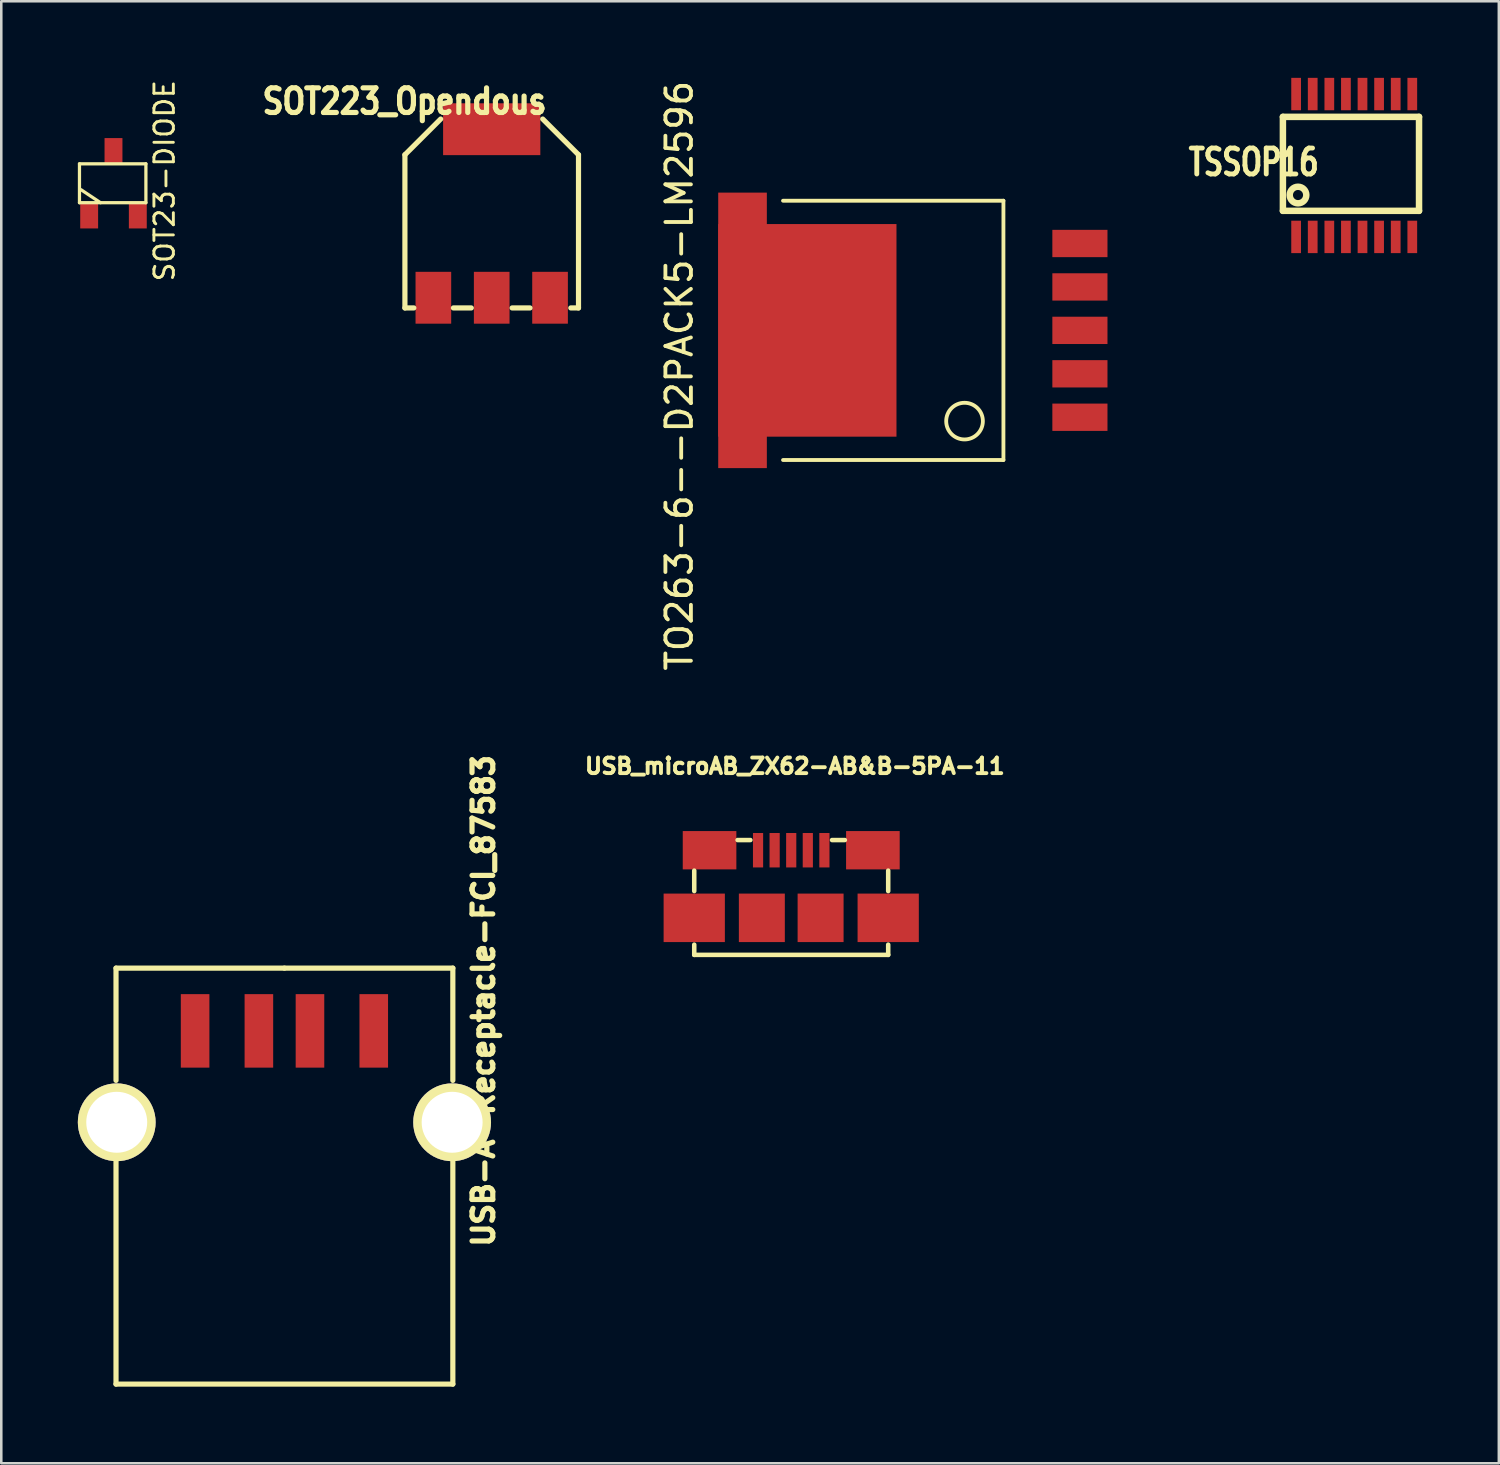
<source format=kicad_pcb>
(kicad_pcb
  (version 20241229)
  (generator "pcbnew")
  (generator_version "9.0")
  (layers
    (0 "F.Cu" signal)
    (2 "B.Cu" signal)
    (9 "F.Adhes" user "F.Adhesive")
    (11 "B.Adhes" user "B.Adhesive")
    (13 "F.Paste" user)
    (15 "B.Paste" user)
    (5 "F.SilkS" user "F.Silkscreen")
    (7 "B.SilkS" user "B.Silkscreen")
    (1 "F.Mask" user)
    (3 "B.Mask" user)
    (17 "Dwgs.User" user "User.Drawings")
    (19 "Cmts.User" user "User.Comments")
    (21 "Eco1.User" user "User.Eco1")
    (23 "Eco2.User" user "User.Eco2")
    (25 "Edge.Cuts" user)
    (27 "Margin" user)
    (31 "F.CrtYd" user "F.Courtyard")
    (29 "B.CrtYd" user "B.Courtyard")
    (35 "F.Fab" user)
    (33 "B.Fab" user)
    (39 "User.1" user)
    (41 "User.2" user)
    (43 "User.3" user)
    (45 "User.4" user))
  (footprint "SOT223_Opendous"
    (layer "F.Cu")
    (at 16.217 5.315)
    (property "Reference" "SOT223_Opendous" (at -3.416 -4.394 0) (layer "F.SilkS") (effects (font (size 0.965 0.813) (thickness 0.203))))
    (attr smd)
    (fp_line (start -3.401 -2.301) (end -3.401 3.701) (stroke (width 0.203) (type solid)) (layer "F.SilkS"))
    (fp_line (start -3.401 -2.301) (end -1.999 -3.701) (stroke (width 0.203) (type solid)) (layer "F.SilkS"))
    (fp_line (start -3.401 3.701) (end -3.051 3.701) (stroke (width 0.203) (type solid)) (layer "F.SilkS"))
    (fp_line (start -0.8 3.701) (end -1.501 3.701) (stroke (width 0.203) (type solid)) (layer "F.SilkS"))
    (fp_line (start 1.501 3.701) (end 0.8 3.701) (stroke (width 0.203) (type solid)) (layer "F.SilkS"))
    (fp_line (start 3.401 -2.301) (end 1.999 -3.701) (stroke (width 0.203) (type solid)) (layer "F.SilkS"))
    (fp_line (start 3.401 -2.301) (end 3.401 3.701) (stroke (width 0.203) (type solid)) (layer "F.SilkS"))
    (fp_line (start 3.401 3.701) (end 3.099 3.701) (stroke (width 0.203) (type solid)) (layer "F.SilkS"))
    (pad "1" smd rect (at -2.286 3.302) (size 1.397 2.032) (layers "F.Cu" "F.Mask" "F.Paste"))
    (pad "2" smd rect (at 0 3.302) (size 1.397 2.032) (layers "F.Cu" "F.Mask" "F.Paste"))
    (pad "3" smd rect (at 2.286 3.302) (size 1.397 2.032) (layers "F.Cu" "F.Mask" "F.Paste"))
    (pad "4" smd rect (at 0 -3.302) (size 3.81 2.032) (layers "F.Cu" "F.Mask" "F.Paste")))
  (footprint "USB_microAB_ZX62-AB&B-5PA-11"
    (layer "F.Cu")
    (at 27.953 30.265)
    (property "Reference" "USB_microAB_ZX62-AB&B-5PA-11" (at 0.14 -3.296 0) (layer "F.SilkS") (effects (font (size 0.61 0.61) (thickness 0.152))))
    (attr smd)
    (fp_line (start -3.8 1.6) (end -3.8 0.8) (stroke (width 0.178) (type solid)) (layer "F.SilkS"))
    (fp_line (start -3.8 4.1) (end -3.8 3.701) (stroke (width 0.178) (type solid)) (layer "F.SilkS"))
    (fp_line (start -3.8 4.1) (end 3.8 4.1) (stroke (width 0.178) (type solid)) (layer "F.SilkS"))
    (fp_line (start -2.101 -0.399) (end -1.6 -0.399) (stroke (width 0.178) (type solid)) (layer "F.SilkS"))
    (fp_line (start 2.101 -0.399) (end 1.6 -0.399) (stroke (width 0.178) (type solid)) (layer "F.SilkS"))
    (fp_line (start 3.8 1.6) (end 3.8 0.8) (stroke (width 0.178) (type solid)) (layer "F.SilkS"))
    (fp_line (start 3.8 4.1) (end 3.8 3.701) (stroke (width 0.178) (type solid)) (layer "F.SilkS"))
    (pad "1" smd rect (at -1.3 0) (size 0.399 1.349) (layers "F.Cu" "F.Mask" "F.Paste"))
    (pad "2" smd rect (at -0.65 0) (size 0.399 1.349) (layers "F.Cu" "F.Mask" "F.Paste"))
    (pad "3" smd rect (at 0 0) (size 0.399 1.349) (layers "F.Cu" "F.Mask" "F.Paste"))
    (pad "4" smd rect (at 0.65 0) (size 0.399 1.349) (layers "F.Cu" "F.Mask" "F.Paste"))
    (pad "5" smd rect (at 1.3 0) (size 0.399 1.349) (layers "F.Cu" "F.Mask" "F.Paste"))
    (pad "6" smd rect (at -3.2 0) (size 2.101 1.501) (layers "F.Cu" "F.Mask" "F.Paste"))
    (pad "6" smd rect (at 3.2 0) (size 2.101 1.501) (layers "F.Cu" "F.Mask" "F.Paste"))
    (pad "7" smd rect (at -3.8 2.649) (size 2.4 1.9) (layers "F.Cu" "F.Mask" "F.Paste"))
    (pad "7" smd rect (at 3.8 2.649) (size 2.4 1.9) (layers "F.Cu" "F.Mask" "F.Paste"))
    (pad "8" smd rect (at -1.151 2.649) (size 1.801 1.9) (layers "F.Cu" "F.Mask" "F.Paste"))
    (pad "9" smd rect (at 1.151 2.649) (size 1.801 1.9) (layers "F.Cu" "F.Mask" "F.Paste")))
  (footprint "USB-A-Receptacle-FCI_87583"
    (layer "F.Cu")
    (at 8.095 38.784)
    (property "Reference" "USB-A-Receptacle-FCI_87583" (at 7.798 -2.616 90) (layer "F.SilkS") (effects (font (size 0.813 0.813) (thickness 0.203))))
    (attr through_hole)
    (fp_line (start -6.599 -3.899) (end -6.599 0.5) (stroke (width 0.203) (type solid)) (layer "F.SilkS"))
    (fp_line (start -6.599 2.101) (end -6.599 12.4) (stroke (width 0.203) (type solid)) (layer "F.SilkS"))
    (fp_line (start 0 -3.899) (end -6.599 -3.899) (stroke (width 0.203) (type solid)) (layer "F.SilkS"))
    (fp_line (start 0 -3.899) (end 6.599 -3.899) (stroke (width 0.203) (type solid)) (layer "F.SilkS"))
    (fp_line (start 6.599 -3.899) (end 6.599 0.5) (stroke (width 0.203) (type solid)) (layer "F.SilkS"))
    (fp_line (start 6.599 2.101) (end 6.599 12.4) (stroke (width 0.203) (type solid)) (layer "F.SilkS"))
    (fp_line (start 6.599 12.4) (end -6.599 12.4) (stroke (width 0.203) (type solid)) (layer "F.SilkS"))
    (pad "1" smd rect (at -3.5 -1.44) (size 1.12 2.88) (layers "F.Cu" "F.Mask" "F.Paste"))
    (pad "2" smd rect (at -1.001 -1.44) (size 1.12 2.88) (layers "F.Cu" "F.Mask" "F.Paste"))
    (pad "3" smd rect (at 1.001 -1.44) (size 1.12 2.88) (layers "F.Cu" "F.Mask" "F.Paste"))
    (pad "4" smd rect (at 3.5 -1.44) (size 1.12 2.88) (layers "F.Cu" "F.Mask" "F.Paste"))
    (pad "5" thru_hole circle (at -6.571 2.141) (size 3.048 3.048) (drill 2.388) (layers "*.Cu" "*.Mask" "F.SilkS"))
    (pad "5" thru_hole circle (at 6.571 2.141) (size 3.048 3.048) (drill 2.388) (layers "*.Cu" "*.Mask" "F.SilkS")))
  (footprint "TSSOP16"
    (layer "F.Cu")
    (at 50.013 3.434)
    (property "Reference" "TSSOP16" (at -3.937 -0.127 0) (layer "F.SilkS") (effects (font (size 1.016 0.762) (thickness 0.191))))
    (attr smd)
    (fp_line (start -2.794 -1.905) (end 2.54 -1.905) (stroke (width 0.254) (type solid)) (layer "F.SilkS"))
    (fp_line (start -2.794 1.778) (end -2.794 -1.905) (stroke (width 0.254) (type solid)) (layer "F.SilkS"))
    (fp_line (start 2.54 -1.905) (end 2.54 1.778) (stroke (width 0.254) (type solid)) (layer "F.SilkS"))
    (fp_line (start 2.54 1.778) (end -2.794 1.778) (stroke (width 0.254) (type solid)) (layer "F.SilkS"))
    (fp_circle (center -2.202 1.158) (end -2.405 1.412) (stroke (width 0.254) (type solid)) (fill no) (layer "F.SilkS"))
    (pad "1" smd rect (at -2.276 2.799) (size 0.381 1.27) (layers "F.Cu" "F.Mask" "F.Paste"))
    (pad "2" smd rect (at -1.626 2.799) (size 0.381 1.27) (layers "F.Cu" "F.Mask" "F.Paste"))
    (pad "3" smd rect (at -0.975 2.799) (size 0.381 1.27) (layers "F.Cu" "F.Mask" "F.Paste"))
    (pad "4" smd rect (at -0.325 2.799) (size 0.381 1.27) (layers "F.Cu" "F.Mask" "F.Paste"))
    (pad "5" smd rect (at 0.325 2.799) (size 0.381 1.27) (layers "F.Cu" "F.Mask" "F.Paste"))
    (pad "6" smd rect (at 0.975 2.799) (size 0.381 1.27) (layers "F.Cu" "F.Mask" "F.Paste"))
    (pad "7" smd rect (at 1.626 2.799) (size 0.381 1.27) (layers "F.Cu" "F.Mask" "F.Paste"))
    (pad "8" smd rect (at 2.276 2.799) (size 0.381 1.27) (layers "F.Cu" "F.Mask" "F.Paste"))
    (pad "9" smd rect (at 2.276 -2.799) (size 0.381 1.27) (layers "F.Cu" "F.Mask" "F.Paste"))
    (pad "10" smd rect (at 1.626 -2.799) (size 0.381 1.27) (layers "F.Cu" "F.Mask" "F.Paste"))
    (pad "11" smd rect (at 0.975 -2.799) (size 0.381 1.27) (layers "F.Cu" "F.Mask" "F.Paste"))
    (pad "12" smd rect (at 0.325 -2.799) (size 0.381 1.27) (layers "F.Cu" "F.Mask" "F.Paste"))
    (pad "13" smd rect (at -0.325 -2.799) (size 0.381 1.27) (layers "F.Cu" "F.Mask" "F.Paste"))
    (pad "14" smd rect (at -0.975 -2.799) (size 0.381 1.27) (layers "F.Cu" "F.Mask" "F.Paste"))
    (pad "15" smd rect (at -1.626 -2.799) (size 0.381 1.27) (layers "F.Cu" "F.Mask" "F.Paste"))
    (pad "16" smd rect (at -2.276 -2.799) (size 0.381 1.27) (layers "F.Cu" "F.Mask" "F.Paste")))
  (footprint "SOT23-DIODE"
    (layer "F.Cu")
    (at 1.397 4.131)
    (property "Reference" "SOT23-DIODE" (at 1.999 -0.099 90) (layer "F.SilkS") (effects (font (size 0.762 0.762) (thickness 0.114))))
    (attr through_hole)
    (fp_line (start -1.333 -0.762) (end 1.27 -0.762) (stroke (width 0.127) (type solid)) (layer "F.SilkS"))
    (fp_line (start -1.333 0.762) (end -1.333 -0.762) (stroke (width 0.127) (type solid)) (layer "F.SilkS"))
    (fp_line (start -0.508 0.762) (end -1.27 0.254) (stroke (width 0.127) (type solid)) (layer "F.SilkS"))
    (fp_line (start 1.27 -0.762) (end 1.27 0.762) (stroke (width 0.127) (type solid)) (layer "F.SilkS"))
    (fp_line (start 1.27 0.762) (end -1.333 0.762) (stroke (width 0.127) (type solid)) (layer "F.SilkS"))
    (pad "1" smd rect (at 0.953 1.27) (size 0.701 1.001) (layers "F.Cu" "F.Mask" "F.Paste"))
    (pad "2" smd rect (at 0 -1.27) (size 0.701 1.001) (layers "F.Cu" "F.Mask" "F.Paste"))
    (pad "3" smd rect (at -0.953 1.27) (size 0.701 1.001) (layers "F.Cu" "F.Mask" "F.Paste")))
  (footprint "TO263-6--D2PACK5-LM2596"
    (layer "F.Cu")
    (at 25.092 9.895)
    (property "Reference" "TO263-6--D2PACK5-LM2596" (at -1.524 1.778 270) (layer "F.SilkS") (effects (font (size 1 1) (thickness 0.15))))
    (attr through_hole)
    (fp_line (start 2.54 5.08) (end 11.176 5.08) (stroke (width 0.15) (type solid)) (layer "F.SilkS"))
    (fp_line (start 11.176 -5.08) (end 2.54 -5.08) (stroke (width 0.15) (type solid)) (layer "F.SilkS"))
    (fp_line (start 11.176 5.08) (end 11.176 -5.08) (stroke (width 0.15) (type solid)) (layer "F.SilkS"))
    (fp_circle (center 9.652 3.556) (end 10.16 4.064) (stroke (width 0.15) (type solid)) (fill no) (layer "F.SilkS"))
    (pad "1" smd rect (at 14.173 3.404) (size 2.16 1.07) (layers "F.Cu" "F.Mask" "F.Paste"))
    (pad "2" smd rect (at 14.173 1.702) (size 2.16 1.07) (layers "F.Cu" "F.Mask" "F.Paste"))
    (pad "3" smd rect (at 0.953 0) (size 1.905 10.795) (layers "F.Cu" "F.Mask" "F.Paste"))
    (pad "3" smd rect (at 3.493 0) (size 6.985 8.331) (layers "F.Cu" "F.Mask" "F.Paste"))
    (pad "3" smd rect (at 14.173 0) (size 2.16 1.07) (layers "F.Cu" "F.Mask" "F.Paste"))
    (pad "4" smd rect (at 14.173 -1.702) (size 2.16 1.07) (layers "F.Cu" "F.Mask" "F.Paste"))
    (pad "5" smd rect (at 14.173 -3.404) (size 2.16 1.07) (layers "F.Cu" "F.Mask" "F.Paste")))
  (gr_rect
    (start -3 -3)
    (end 55.68 54.286)
    (stroke (width 0.1) (type default))
    (fill no)
    (layer "Edge.Cuts")))
</source>
